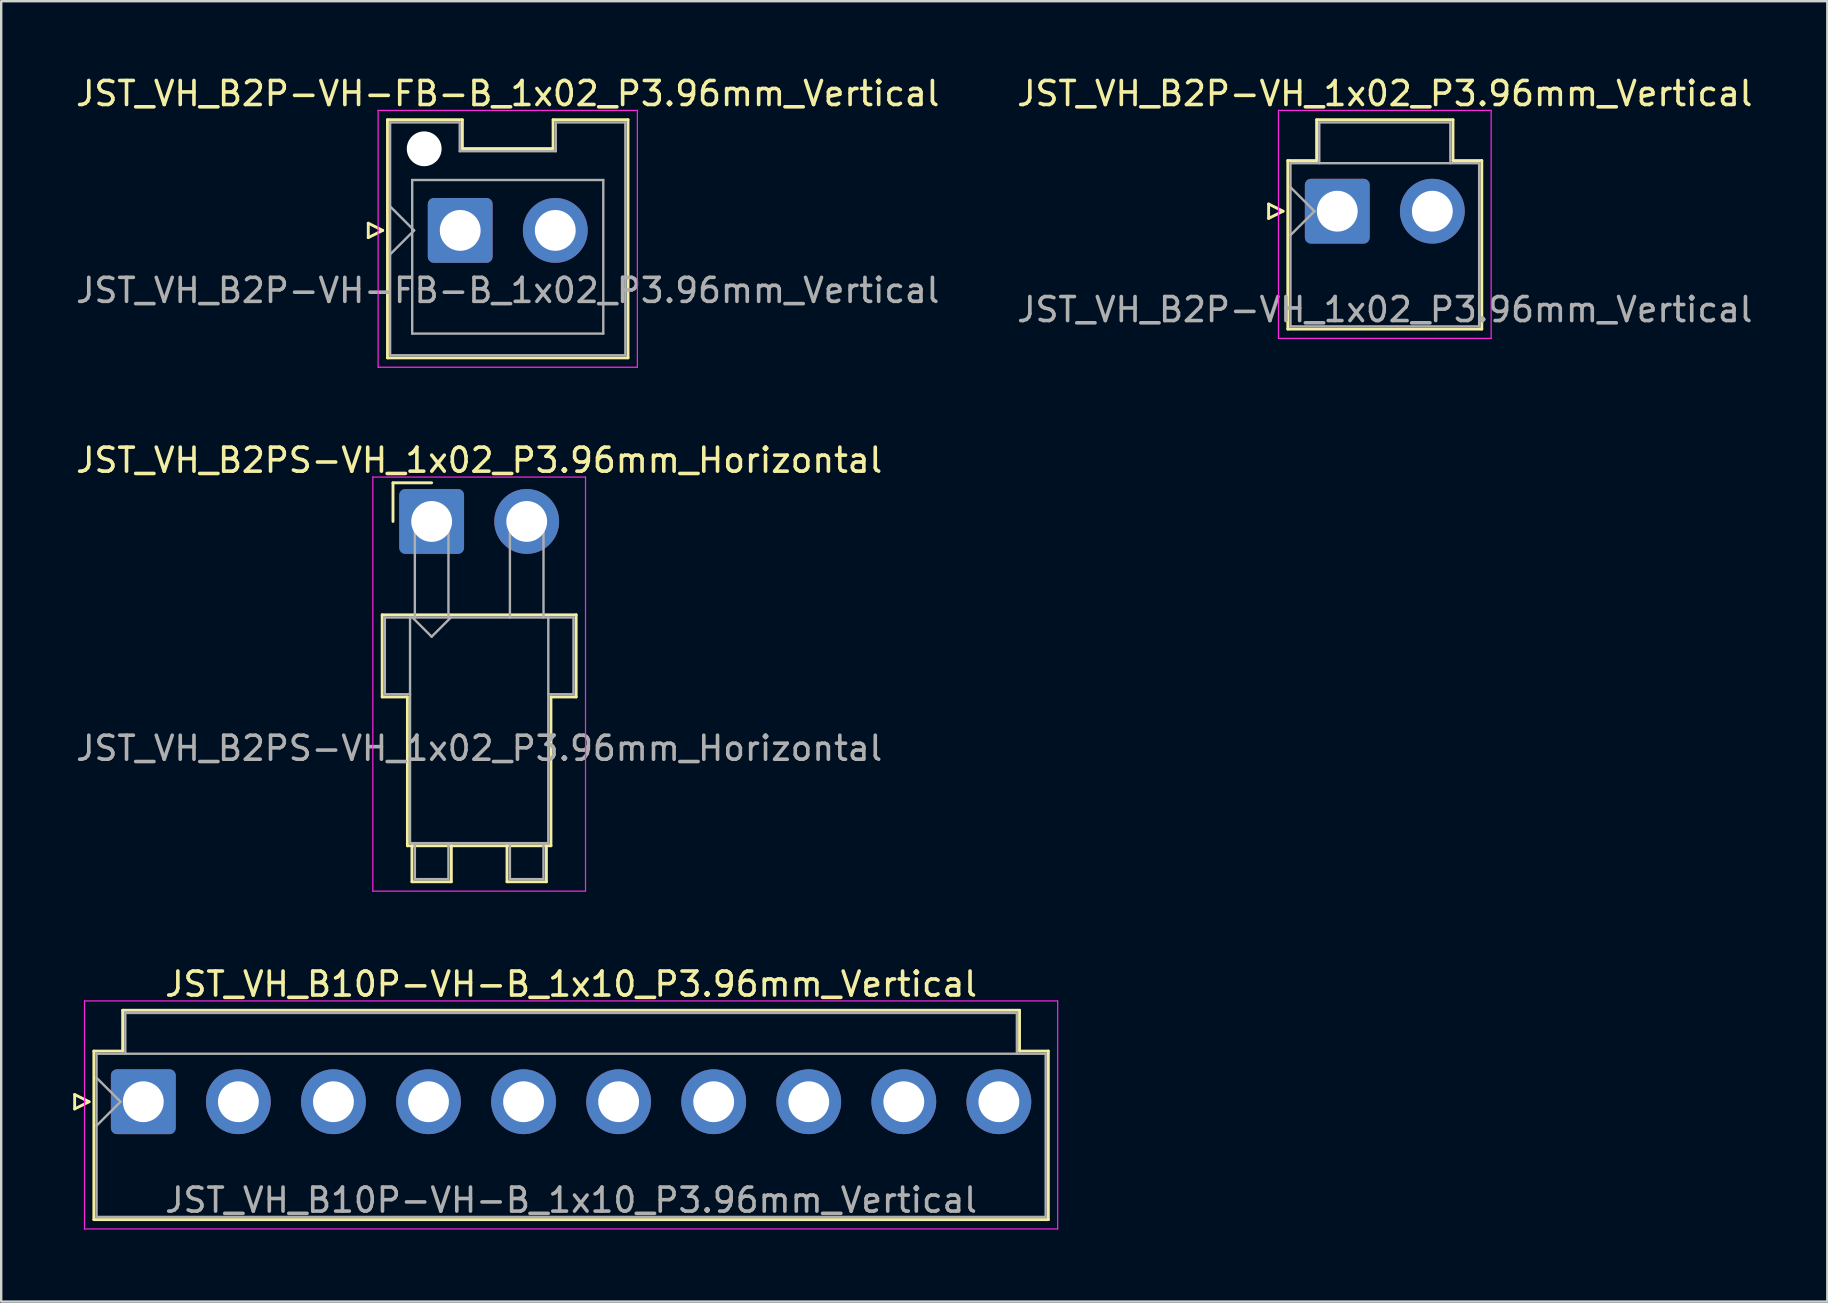
<source format=kicad_pcb>
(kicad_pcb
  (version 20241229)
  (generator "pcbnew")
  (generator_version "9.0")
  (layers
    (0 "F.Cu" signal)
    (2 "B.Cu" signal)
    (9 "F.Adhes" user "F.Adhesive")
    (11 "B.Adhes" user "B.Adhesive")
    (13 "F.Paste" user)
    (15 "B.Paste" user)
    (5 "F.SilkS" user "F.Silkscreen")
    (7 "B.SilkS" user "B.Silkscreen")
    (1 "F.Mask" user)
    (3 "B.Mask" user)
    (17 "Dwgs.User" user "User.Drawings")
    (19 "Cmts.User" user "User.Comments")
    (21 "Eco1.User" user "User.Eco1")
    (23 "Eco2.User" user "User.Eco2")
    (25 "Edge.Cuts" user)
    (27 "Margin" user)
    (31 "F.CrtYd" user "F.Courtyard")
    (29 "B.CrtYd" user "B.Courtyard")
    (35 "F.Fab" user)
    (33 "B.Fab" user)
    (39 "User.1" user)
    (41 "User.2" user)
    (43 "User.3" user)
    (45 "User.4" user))
  (footprint "JST_VH_B2P-VH_1x02_P3.96mm_Vertical"
    (layer "F.Cu")
    (at 52.657 5.748)
    (property "Reference" "JST_VH_B2P-VH_1x02_P3.96mm_Vertical" (at 1.98 -4.9 0) (layer "F.SilkS") (effects (font (size 1 1) (thickness 0.15))))
    (attr through_hole)
    (fp_line (start -2.86 -0.3) (end -2.26 0) (stroke (width 0.12) (type solid)) (layer "F.SilkS"))
    (fp_line (start -2.86 0.3) (end -2.86 -0.3) (stroke (width 0.12) (type solid)) (layer "F.SilkS"))
    (fp_line (start -2.26 0) (end -2.86 0.3) (stroke (width 0.12) (type solid)) (layer "F.SilkS"))
    (fp_line (start -2.06 -2.11) (end -0.86 -2.11) (stroke (width 0.12) (type solid)) (layer "F.SilkS"))
    (fp_line (start -2.06 4.91) (end -2.06 -2.11) (stroke (width 0.12) (type solid)) (layer "F.SilkS"))
    (fp_line (start -0.86 -3.81) (end 4.82 -3.81) (stroke (width 0.12) (type solid)) (layer "F.SilkS"))
    (fp_line (start -0.86 -2.11) (end -0.86 -3.81) (stroke (width 0.12) (type solid)) (layer "F.SilkS"))
    (fp_line (start 4.82 -3.81) (end 4.82 -2.11) (stroke (width 0.12) (type solid)) (layer "F.SilkS"))
    (fp_line (start 4.82 -2.11) (end 6.02 -2.11) (stroke (width 0.12) (type solid)) (layer "F.SilkS"))
    (fp_line (start 6.02 -2.11) (end 6.02 4.91) (stroke (width 0.12) (type solid)) (layer "F.SilkS"))
    (fp_line (start 6.02 4.91) (end -2.06 4.91) (stroke (width 0.12) (type solid)) (layer "F.SilkS"))
    (fp_line (start -2.45 -4.2) (end -2.45 5.3) (stroke (width 0.05) (type solid)) (layer "F.CrtYd"))
    (fp_line (start -2.45 5.3) (end 6.41 5.3) (stroke (width 0.05) (type solid)) (layer "F.CrtYd"))
    (fp_line (start 6.41 -4.2) (end -2.45 -4.2) (stroke (width 0.05) (type solid)) (layer "F.CrtYd"))
    (fp_line (start 6.41 5.3) (end 6.41 -4.2) (stroke (width 0.05) (type solid)) (layer "F.CrtYd"))
    (fp_line (start -1.95 -2) (end -1.95 4.8) (stroke (width 0.1) (type solid)) (layer "F.Fab"))
    (fp_line (start -1.95 -1) (end -0.95 0) (stroke (width 0.1) (type solid)) (layer "F.Fab"))
    (fp_line (start -1.95 1) (end -0.95 0) (stroke (width 0.1) (type solid)) (layer "F.Fab"))
    (fp_line (start -1.95 4.8) (end 5.91 4.8) (stroke (width 0.1) (type solid)) (layer "F.Fab"))
    (fp_line (start -0.75 -3.7) (end 4.71 -3.7) (stroke (width 0.1) (type solid)) (layer "F.Fab"))
    (fp_line (start -0.75 -2) (end -0.75 -3.7) (stroke (width 0.1) (type solid)) (layer "F.Fab"))
    (fp_line (start 4.71 -3.7) (end 4.71 -2) (stroke (width 0.1) (type solid)) (layer "F.Fab"))
    (fp_line (start 5.91 -2) (end -1.95 -2) (stroke (width 0.1) (type solid)) (layer "F.Fab"))
    (fp_line (start 5.91 4.8) (end 5.91 -2) (stroke (width 0.1) (type solid)) (layer "F.Fab"))
    (fp_text user "${REFERENCE}" (at 1.98 4.1 0) (layer "F.Fab") (effects (font (size 1 1) (thickness 0.15))))
    (pad "1" thru_hole roundrect (at 0 0) (size 2.7 2.7) (drill 1.7) (layers "*.Cu" "*.Mask") (roundrect_rratio 0.093))
    (pad "2" thru_hole circle (at 3.96 0) (size 2.7 2.7) (drill 1.7) (layers "*.Cu" "*.Mask")))
  (footprint "JST_VH_B10P-VH-B_1x10_P3.96mm_Vertical"
    (layer "F.Cu")
    (at 2.92 42.845)
    (property "Reference" "JST_VH_B10P-VH-B_1x10_P3.96mm_Vertical" (at 17.82 -4.9 0) (layer "F.SilkS") (effects (font (size 1 1) (thickness 0.15))))
    (attr through_hole)
    (fp_line (start -2.86 -0.3) (end -2.26 0) (stroke (width 0.12) (type solid)) (layer "F.SilkS"))
    (fp_line (start -2.86 0.3) (end -2.86 -0.3) (stroke (width 0.12) (type solid)) (layer "F.SilkS"))
    (fp_line (start -2.26 0) (end -2.86 0.3) (stroke (width 0.12) (type solid)) (layer "F.SilkS"))
    (fp_line (start -2.06 -2.11) (end -0.86 -2.11) (stroke (width 0.12) (type solid)) (layer "F.SilkS"))
    (fp_line (start -2.06 4.91) (end -2.06 -2.11) (stroke (width 0.12) (type solid)) (layer "F.SilkS"))
    (fp_line (start -0.86 -3.81) (end 36.5 -3.81) (stroke (width 0.12) (type solid)) (layer "F.SilkS"))
    (fp_line (start -0.86 -2.11) (end -0.86 -3.81) (stroke (width 0.12) (type solid)) (layer "F.SilkS"))
    (fp_line (start 36.5 -3.81) (end 36.5 -2.11) (stroke (width 0.12) (type solid)) (layer "F.SilkS"))
    (fp_line (start 36.5 -2.11) (end 37.7 -2.11) (stroke (width 0.12) (type solid)) (layer "F.SilkS"))
    (fp_line (start 37.7 -2.11) (end 37.7 4.91) (stroke (width 0.12) (type solid)) (layer "F.SilkS"))
    (fp_line (start 37.7 4.91) (end -2.06 4.91) (stroke (width 0.12) (type solid)) (layer "F.SilkS"))
    (fp_line (start -2.45 -4.2) (end -2.45 5.3) (stroke (width 0.05) (type solid)) (layer "F.CrtYd"))
    (fp_line (start -2.45 5.3) (end 38.09 5.3) (stroke (width 0.05) (type solid)) (layer "F.CrtYd"))
    (fp_line (start 38.09 -4.2) (end -2.45 -4.2) (stroke (width 0.05) (type solid)) (layer "F.CrtYd"))
    (fp_line (start 38.09 5.3) (end 38.09 -4.2) (stroke (width 0.05) (type solid)) (layer "F.CrtYd"))
    (fp_line (start -1.95 -2) (end -1.95 4.8) (stroke (width 0.1) (type solid)) (layer "F.Fab"))
    (fp_line (start -1.95 -1) (end -0.95 0) (stroke (width 0.1) (type solid)) (layer "F.Fab"))
    (fp_line (start -1.95 1) (end -0.95 0) (stroke (width 0.1) (type solid)) (layer "F.Fab"))
    (fp_line (start -1.95 4.8) (end 37.59 4.8) (stroke (width 0.1) (type solid)) (layer "F.Fab"))
    (fp_line (start -0.75 -3.7) (end 36.39 -3.7) (stroke (width 0.1) (type solid)) (layer "F.Fab"))
    (fp_line (start -0.75 -2) (end -0.75 -3.7) (stroke (width 0.1) (type solid)) (layer "F.Fab"))
    (fp_line (start 36.39 -3.7) (end 36.39 -2) (stroke (width 0.1) (type solid)) (layer "F.Fab"))
    (fp_line (start 37.59 -2) (end -1.95 -2) (stroke (width 0.1) (type solid)) (layer "F.Fab"))
    (fp_line (start 37.59 4.8) (end 37.59 -2) (stroke (width 0.1) (type solid)) (layer "F.Fab"))
    (fp_text user "${REFERENCE}" (at 17.82 4.1 0) (layer "F.Fab") (effects (font (size 1 1) (thickness 0.15))))
    (pad "1" thru_hole roundrect (at 0 0) (size 2.7 2.7) (drill 1.7) (layers "*.Cu" "*.Mask") (roundrect_rratio 0.093))
    (pad "2" thru_hole circle (at 3.96 0) (size 2.7 2.7) (drill 1.7) (layers "*.Cu" "*.Mask"))
    (pad "3" thru_hole circle (at 7.92 0) (size 2.7 2.7) (drill 1.7) (layers "*.Cu" "*.Mask"))
    (pad "4" thru_hole circle (at 11.88 0) (size 2.7 2.7) (drill 1.7) (layers "*.Cu" "*.Mask"))
    (pad "5" thru_hole circle (at 15.84 0) (size 2.7 2.7) (drill 1.7) (layers "*.Cu" "*.Mask"))
    (pad "6" thru_hole circle (at 19.8 0) (size 2.7 2.7) (drill 1.7) (layers "*.Cu" "*.Mask"))
    (pad "7" thru_hole circle (at 23.76 0) (size 2.7 2.7) (drill 1.7) (layers "*.Cu" "*.Mask"))
    (pad "8" thru_hole circle (at 27.72 0) (size 2.7 2.7) (drill 1.7) (layers "*.Cu" "*.Mask"))
    (pad "9" thru_hole circle (at 31.68 0) (size 2.7 2.7) (drill 1.7) (layers "*.Cu" "*.Mask"))
    (pad "10" thru_hole circle (at 35.64 0) (size 2.7 2.7) (drill 1.7) (layers "*.Cu" "*.Mask")))
  (footprint "JST_VH_B2P-VH-FB-B_1x02_P3.96mm_Vertical"
    (layer "F.Cu")
    (at 16.121 6.548)
    (property "Reference" "JST_VH_B2P-VH-FB-B_1x02_P3.96mm_Vertical" (at 1.98 -5.7 0) (layer "F.SilkS") (effects (font (size 1 1) (thickness 0.15))))
    (attr through_hole)
    (fp_line (start -3.83 -0.3) (end -3.23 0) (stroke (width 0.12) (type solid)) (layer "F.SilkS"))
    (fp_line (start -3.83 0.3) (end -3.83 -0.3) (stroke (width 0.12) (type solid)) (layer "F.SilkS"))
    (fp_line (start -3.23 0) (end -3.83 0.3) (stroke (width 0.12) (type solid)) (layer "F.SilkS"))
    (fp_line (start -3.03 -4.61) (end 0.09 -4.61) (stroke (width 0.12) (type solid)) (layer "F.SilkS"))
    (fp_line (start -3.03 5.31) (end -3.03 -4.61) (stroke (width 0.12) (type solid)) (layer "F.SilkS"))
    (fp_line (start 0.09 -4.61) (end 0.09 -3.41) (stroke (width 0.12) (type solid)) (layer "F.SilkS"))
    (fp_line (start 0.09 -3.41) (end 3.87 -3.41) (stroke (width 0.12) (type solid)) (layer "F.SilkS"))
    (fp_line (start 3.87 -4.61) (end 6.99 -4.61) (stroke (width 0.12) (type solid)) (layer "F.SilkS"))
    (fp_line (start 3.87 -3.41) (end 3.87 -4.61) (stroke (width 0.12) (type solid)) (layer "F.SilkS"))
    (fp_line (start 6.99 -4.61) (end 6.99 5.31) (stroke (width 0.12) (type solid)) (layer "F.SilkS"))
    (fp_line (start 6.99 5.31) (end -3.03 5.31) (stroke (width 0.12) (type solid)) (layer "F.SilkS"))
    (fp_line (start -3.42 -5) (end -3.42 5.7) (stroke (width 0.05) (type solid)) (layer "F.CrtYd"))
    (fp_line (start -3.42 5.7) (end 7.38 5.7) (stroke (width 0.05) (type solid)) (layer "F.CrtYd"))
    (fp_line (start 7.38 -5) (end -3.42 -5) (stroke (width 0.05) (type solid)) (layer "F.CrtYd"))
    (fp_line (start 7.38 5.7) (end 7.38 -5) (stroke (width 0.05) (type solid)) (layer "F.CrtYd"))
    (fp_line (start -2.92 -4.5) (end -0.02 -4.5) (stroke (width 0.1) (type solid)) (layer "F.Fab"))
    (fp_line (start -2.92 -1) (end -1.92 0) (stroke (width 0.1) (type solid)) (layer "F.Fab"))
    (fp_line (start -2.92 1) (end -1.92 0) (stroke (width 0.1) (type solid)) (layer "F.Fab"))
    (fp_line (start -2.92 5.2) (end -2.92 -4.5) (stroke (width 0.1) (type solid)) (layer "F.Fab"))
    (fp_line (start -2 -2.1) (end 5.96 -2.1) (stroke (width 0.1) (type solid)) (layer "F.Fab"))
    (fp_line (start -2 4.3) (end -2 -2.1) (stroke (width 0.1) (type solid)) (layer "F.Fab"))
    (fp_line (start -0.02 -4.5) (end -0.02 -3.3) (stroke (width 0.1) (type solid)) (layer "F.Fab"))
    (fp_line (start -0.02 -3.3) (end 3.98 -3.3) (stroke (width 0.1) (type solid)) (layer "F.Fab"))
    (fp_line (start 3.98 -4.5) (end 6.88 -4.5) (stroke (width 0.1) (type solid)) (layer "F.Fab"))
    (fp_line (start 3.98 -3.3) (end 3.98 -4.5) (stroke (width 0.1) (type solid)) (layer "F.Fab"))
    (fp_line (start 5.96 -2.1) (end 5.96 4.3) (stroke (width 0.1) (type solid)) (layer "F.Fab"))
    (fp_line (start 5.96 4.3) (end -2 4.3) (stroke (width 0.1) (type solid)) (layer "F.Fab"))
    (fp_line (start 6.88 -4.5) (end 6.88 5.2) (stroke (width 0.1) (type solid)) (layer "F.Fab"))
    (fp_line (start 6.88 5.2) (end -2.92 5.2) (stroke (width 0.1) (type solid)) (layer "F.Fab"))
    (fp_text user "${REFERENCE}" (at 1.98 2.5 0) (layer "F.Fab") (effects (font (size 1 1) (thickness 0.15))))
    (pad "" np_thru_hole circle (at -1.5 -3.4) (size 1.45 1.45) (drill 1.45) (layers "*.Cu" "*.Mask"))
    (pad "1" thru_hole roundrect (at 0 0) (size 2.7 2.7) (drill 1.7) (layers "*.Cu" "*.Mask") (roundrect_rratio 0.093))
    (pad "2" thru_hole circle (at 3.96 0) (size 2.7 2.7) (drill 1.7) (layers "*.Cu" "*.Mask")))
  (footprint "JST_VH_B2PS-VH_1x02_P3.96mm_Horizontal"
    (layer "F.Cu")
    (at 14.931 18.672)
    (property "Reference" "JST_VH_B2PS-VH_1x02_P3.96mm_Horizontal" (at 1.98 -2.55 0) (layer "F.SilkS") (effects (font (size 1 1) (thickness 0.15))))
    (attr through_hole)
    (fp_line (start -2.06 3.89) (end 6.02 3.89) (stroke (width 0.12) (type solid)) (layer "F.SilkS"))
    (fp_line (start -2.06 7.31) (end -2.06 3.89) (stroke (width 0.12) (type solid)) (layer "F.SilkS"))
    (fp_line (start -1.61 -1.61) (end -1.61 0) (stroke (width 0.12) (type solid)) (layer "F.SilkS"))
    (fp_line (start -1.01 7.31) (end -2.06 7.31) (stroke (width 0.12) (type solid)) (layer "F.SilkS"))
    (fp_line (start -1.01 13.51) (end -1.01 7.31) (stroke (width 0.12) (type solid)) (layer "F.SilkS"))
    (fp_line (start -0.82 13.51) (end -0.82 15.01) (stroke (width 0.12) (type solid)) (layer "F.SilkS"))
    (fp_line (start -0.82 15.01) (end 0.82 15.01) (stroke (width 0.12) (type solid)) (layer "F.SilkS"))
    (fp_line (start 0 -1.61) (end -1.61 -1.61) (stroke (width 0.12) (type solid)) (layer "F.SilkS"))
    (fp_line (start 0.82 15.01) (end 0.82 13.51) (stroke (width 0.12) (type solid)) (layer "F.SilkS"))
    (fp_line (start 3.14 13.51) (end 3.14 15.01) (stroke (width 0.12) (type solid)) (layer "F.SilkS"))
    (fp_line (start 3.14 15.01) (end 4.78 15.01) (stroke (width 0.12) (type solid)) (layer "F.SilkS"))
    (fp_line (start 4.78 15.01) (end 4.78 13.51) (stroke (width 0.12) (type solid)) (layer "F.SilkS"))
    (fp_line (start 4.97 7.31) (end 4.97 13.51) (stroke (width 0.12) (type solid)) (layer "F.SilkS"))
    (fp_line (start 4.97 13.51) (end -1.01 13.51) (stroke (width 0.12) (type solid)) (layer "F.SilkS"))
    (fp_line (start 6.02 3.89) (end 6.02 7.31) (stroke (width 0.12) (type solid)) (layer "F.SilkS"))
    (fp_line (start 6.02 7.31) (end 4.97 7.31) (stroke (width 0.12) (type solid)) (layer "F.SilkS"))
    (fp_line (start -2.45 -1.85) (end -2.45 15.4) (stroke (width 0.05) (type solid)) (layer "F.CrtYd"))
    (fp_line (start -2.45 15.4) (end 6.41 15.4) (stroke (width 0.05) (type solid)) (layer "F.CrtYd"))
    (fp_line (start 6.41 -1.85) (end -2.45 -1.85) (stroke (width 0.05) (type solid)) (layer "F.CrtYd"))
    (fp_line (start 6.41 15.4) (end 6.41 -1.85) (stroke (width 0.05) (type solid)) (layer "F.CrtYd"))
    (fp_line (start -1.95 4) (end -0.9 4) (stroke (width 0.1) (type solid)) (layer "F.Fab"))
    (fp_line (start -1.95 7.2) (end -1.95 4) (stroke (width 0.1) (type solid)) (layer "F.Fab"))
    (fp_line (start -0.9 4) (end -0.9 13.4) (stroke (width 0.1) (type solid)) (layer "F.Fab"))
    (fp_line (start -0.9 7.2) (end -1.95 7.2) (stroke (width 0.1) (type solid)) (layer "F.Fab"))
    (fp_line (start -0.9 13.4) (end 4.86 13.4) (stroke (width 0.1) (type solid)) (layer "F.Fab"))
    (fp_line (start -0.8 4) (end 0 4.8) (stroke (width 0.1) (type solid)) (layer "F.Fab"))
    (fp_line (start -0.7 0) (end 0.7 0) (stroke (width 0.1) (type solid)) (layer "F.Fab"))
    (fp_line (start -0.7 4) (end -0.7 0) (stroke (width 0.1) (type solid)) (layer "F.Fab"))
    (fp_line (start -0.7 13.4) (end -0.7 14.9) (stroke (width 0.1) (type solid)) (layer "F.Fab"))
    (fp_line (start -0.7 14.9) (end 0.7 14.9) (stroke (width 0.1) (type solid)) (layer "F.Fab"))
    (fp_line (start 0 4.8) (end 0.8 4) (stroke (width 0.1) (type solid)) (layer "F.Fab"))
    (fp_line (start 0.7 0) (end 0.7 4) (stroke (width 0.1) (type solid)) (layer "F.Fab"))
    (fp_line (start 0.7 14.9) (end 0.7 13.4) (stroke (width 0.1) (type solid)) (layer "F.Fab"))
    (fp_line (start 3.26 0) (end 4.66 0) (stroke (width 0.1) (type solid)) (layer "F.Fab"))
    (fp_line (start 3.26 4) (end 3.26 0) (stroke (width 0.1) (type solid)) (layer "F.Fab"))
    (fp_line (start 3.26 13.4) (end 3.26 14.9) (stroke (width 0.1) (type solid)) (layer "F.Fab"))
    (fp_line (start 3.26 14.9) (end 4.66 14.9) (stroke (width 0.1) (type solid)) (layer "F.Fab"))
    (fp_line (start 4.66 0) (end 4.66 4) (stroke (width 0.1) (type solid)) (layer "F.Fab"))
    (fp_line (start 4.66 14.9) (end 4.66 13.4) (stroke (width 0.1) (type solid)) (layer "F.Fab"))
    (fp_line (start 4.86 4) (end -0.9 4) (stroke (width 0.1) (type solid)) (layer "F.Fab"))
    (fp_line (start 4.86 4) (end 5.91 4) (stroke (width 0.1) (type solid)) (layer "F.Fab"))
    (fp_line (start 4.86 13.4) (end 4.86 4) (stroke (width 0.1) (type solid)) (layer "F.Fab"))
    (fp_line (start 5.91 4) (end 5.91 7.2) (stroke (width 0.1) (type solid)) (layer "F.Fab"))
    (fp_line (start 5.91 7.2) (end 4.86 7.2) (stroke (width 0.1) (type solid)) (layer "F.Fab"))
    (fp_text user "${REFERENCE}" (at 1.98 9.45 0) (layer "F.Fab") (effects (font (size 1 1) (thickness 0.15))))
    (pad "1" thru_hole roundrect (at 0 0) (size 2.7 2.7) (drill 1.7) (layers "*.Cu" "*.Mask") (roundrect_rratio 0.093))
    (pad "2" thru_hole circle (at 3.96 0) (size 2.7 2.7) (drill 1.7) (layers "*.Cu" "*.Mask")))
  (gr_rect
    (start -3 -3)
    (end 73.071 51.17)
    (stroke (width 0.1) (type default))
    (fill no)
    (layer "Edge.Cuts")))
</source>
